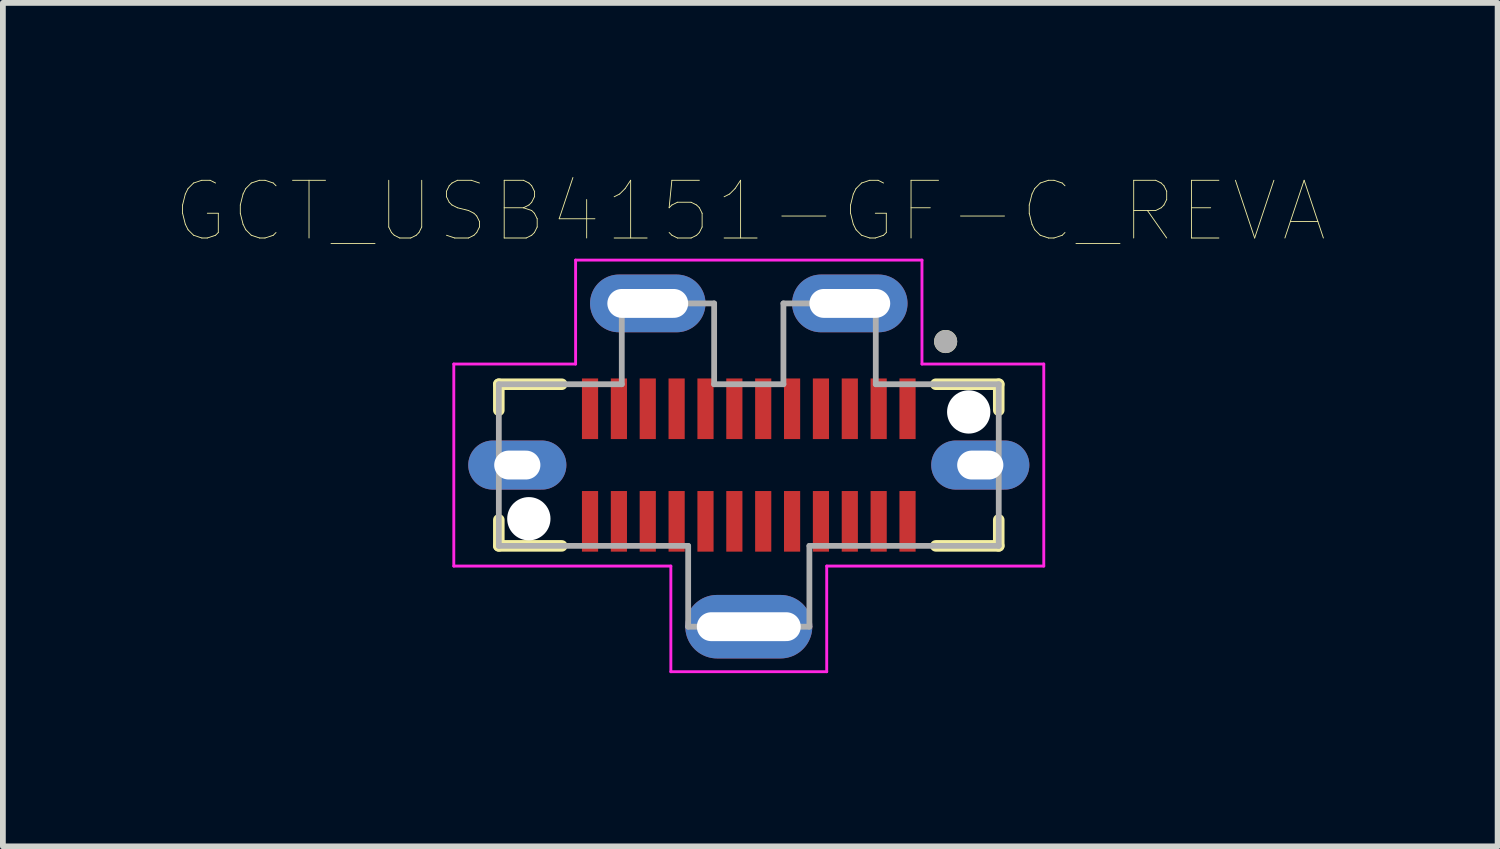
<source format=kicad_pcb>
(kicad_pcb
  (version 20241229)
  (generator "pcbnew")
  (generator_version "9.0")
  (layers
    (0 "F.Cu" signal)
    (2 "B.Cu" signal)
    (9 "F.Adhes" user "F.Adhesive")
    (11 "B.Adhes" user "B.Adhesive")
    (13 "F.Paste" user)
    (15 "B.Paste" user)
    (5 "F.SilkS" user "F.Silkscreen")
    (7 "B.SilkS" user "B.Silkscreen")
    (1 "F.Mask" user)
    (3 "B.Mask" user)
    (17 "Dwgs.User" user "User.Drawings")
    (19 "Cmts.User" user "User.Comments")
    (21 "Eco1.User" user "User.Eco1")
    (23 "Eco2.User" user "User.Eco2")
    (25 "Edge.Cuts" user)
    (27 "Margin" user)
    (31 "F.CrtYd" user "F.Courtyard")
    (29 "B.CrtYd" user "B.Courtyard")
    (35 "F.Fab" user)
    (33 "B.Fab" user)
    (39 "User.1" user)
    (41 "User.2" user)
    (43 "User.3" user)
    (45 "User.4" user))
  (footprint "GCT_USB4151-GF-C_REVA"
    (layer "F.Cu")
    (at 9.921 5.006)
    (property "Reference" "GCT_USB4151-GF-C_REVA" (at 0.025 -4.395 0) (layer "F.SilkS") (effects (font (size 1 1) (thickness 0.015))))
    (attr through_hole)
    (fp_line (start -4.33 -1.4) (end -4.33 -0.95) (stroke (width 0.2) (type solid)) (layer "F.SilkS"))
    (fp_line (start -4.33 0.95) (end -4.33 1.4) (stroke (width 0.2) (type solid)) (layer "F.SilkS"))
    (fp_line (start -4.33 1.4) (end -3.24 1.4) (stroke (width 0.2) (type solid)) (layer "F.SilkS"))
    (fp_line (start -3.24 -1.4) (end -4.33 -1.4) (stroke (width 0.2) (type solid)) (layer "F.SilkS"))
    (fp_line (start 3.24 1.4) (end 4.33 1.4) (stroke (width 0.2) (type solid)) (layer "F.SilkS"))
    (fp_line (start 4.33 -1.4) (end 3.24 -1.4) (stroke (width 0.2) (type solid)) (layer "F.SilkS"))
    (fp_line (start 4.33 -0.95) (end 4.33 -1.4) (stroke (width 0.2) (type solid)) (layer "F.SilkS"))
    (fp_line (start 4.33 1.4) (end 4.33 0.95) (stroke (width 0.2) (type solid)) (layer "F.SilkS"))
    (fp_circle (center 3.41 -2.14) (end 3.51 -2.14) (stroke (width 0.2) (type solid)) (fill no) (layer "F.SilkS"))
    (fp_line (start -5.11 -1.75) (end -5.11 1.75) (stroke (width 0.05) (type solid)) (layer "F.CrtYd"))
    (fp_line (start -5.11 1.75) (end -1.35 1.75) (stroke (width 0.05) (type solid)) (layer "F.CrtYd"))
    (fp_line (start -3 -3.55) (end -3 -1.75) (stroke (width 0.05) (type solid)) (layer "F.CrtYd"))
    (fp_line (start -3 -1.75) (end -5.11 -1.75) (stroke (width 0.05) (type solid)) (layer "F.CrtYd"))
    (fp_line (start -1.35 1.75) (end -1.35 3.58) (stroke (width 0.05) (type solid)) (layer "F.CrtYd"))
    (fp_line (start -1.35 3.58) (end 1.35 3.58) (stroke (width 0.05) (type solid)) (layer "F.CrtYd"))
    (fp_line (start 1.35 1.75) (end 5.11 1.75) (stroke (width 0.05) (type solid)) (layer "F.CrtYd"))
    (fp_line (start 1.35 3.58) (end 1.35 1.75) (stroke (width 0.05) (type solid)) (layer "F.CrtYd"))
    (fp_line (start 3 -3.55) (end -3 -3.55) (stroke (width 0.05) (type solid)) (layer "F.CrtYd"))
    (fp_line (start 3 -1.75) (end 3 -3.55) (stroke (width 0.05) (type solid)) (layer "F.CrtYd"))
    (fp_line (start 5.11 -1.75) (end 3 -1.75) (stroke (width 0.05) (type solid)) (layer "F.CrtYd"))
    (fp_line (start 5.11 1.75) (end 5.11 -1.75) (stroke (width 0.05) (type solid)) (layer "F.CrtYd"))
    (fp_line (start -4.33 -1.4) (end -4.33 1.4) (stroke (width 0.1) (type solid)) (layer "F.Fab"))
    (fp_line (start -4.33 1.4) (end -1.05 1.4) (stroke (width 0.1) (type solid)) (layer "F.Fab"))
    (fp_line (start -2.2 -2.8) (end -2.2 -1.4) (stroke (width 0.1) (type solid)) (layer "F.Fab"))
    (fp_line (start -2.2 -1.4) (end -4.33 -1.4) (stroke (width 0.1) (type solid)) (layer "F.Fab"))
    (fp_line (start -1.05 1.4) (end -1.05 2.8) (stroke (width 0.1) (type solid)) (layer "F.Fab"))
    (fp_line (start -1.05 2.8) (end 1.05 2.8) (stroke (width 0.1) (type solid)) (layer "F.Fab"))
    (fp_line (start -0.6 -2.8) (end -2.2 -2.8) (stroke (width 0.1) (type solid)) (layer "F.Fab"))
    (fp_line (start -0.6 -1.4) (end -0.6 -2.8) (stroke (width 0.1) (type solid)) (layer "F.Fab"))
    (fp_line (start 0.6 -2.8) (end 0.6 -1.4) (stroke (width 0.1) (type solid)) (layer "F.Fab"))
    (fp_line (start 0.6 -1.4) (end -0.6 -1.4) (stroke (width 0.1) (type solid)) (layer "F.Fab"))
    (fp_line (start 1.05 1.4) (end 4.33 1.4) (stroke (width 0.1) (type solid)) (layer "F.Fab"))
    (fp_line (start 1.05 2.8) (end 1.05 1.4) (stroke (width 0.1) (type solid)) (layer "F.Fab"))
    (fp_line (start 2.2 -2.8) (end 0.6 -2.8) (stroke (width 0.1) (type solid)) (layer "F.Fab"))
    (fp_line (start 2.2 -1.4) (end 2.2 -2.8) (stroke (width 0.1) (type solid)) (layer "F.Fab"))
    (fp_line (start 4.33 -1.4) (end 2.2 -1.4) (stroke (width 0.1) (type solid)) (layer "F.Fab"))
    (fp_line (start 4.33 1.4) (end 4.33 -1.4) (stroke (width 0.1) (type solid)) (layer "F.Fab"))
    (fp_circle (center 3.41 -2.14) (end 3.51 -2.14) (stroke (width 0.2) (type solid)) (fill no) (layer "F.Fab"))
    (pad "" np_thru_hole circle (at -3.81 0.93) (size 0.75 0.75) (drill 0.75) (layers "*.Cu" "*.Mask"))
    (pad "" np_thru_hole circle (at 3.81 -0.92) (size 0.75 0.75) (drill 0.75) (layers "*.Cu" "*.Mask"))
    (pad "A1" smd rect (at 2.75 -0.975) (size 0.28 1.05) (layers "F.Cu" "F.Mask" "F.Paste"))
    (pad "A2" smd rect (at 2.25 -0.975) (size 0.28 1.05) (layers "F.Cu" "F.Mask" "F.Paste"))
    (pad "A3" smd rect (at 1.75 -0.975) (size 0.28 1.05) (layers "F.Cu" "F.Mask" "F.Paste"))
    (pad "A4" smd rect (at 1.25 -0.975) (size 0.28 1.05) (layers "F.Cu" "F.Mask" "F.Paste"))
    (pad "A5" smd rect (at 0.75 -0.975) (size 0.28 1.05) (layers "F.Cu" "F.Mask" "F.Paste"))
    (pad "A6" smd rect (at 0.25 -0.975) (size 0.28 1.05) (layers "F.Cu" "F.Mask" "F.Paste"))
    (pad "A7" smd rect (at -0.25 -0.975) (size 0.28 1.05) (layers "F.Cu" "F.Mask" "F.Paste"))
    (pad "A8" smd rect (at -0.75 -0.975) (size 0.28 1.05) (layers "F.Cu" "F.Mask" "F.Paste"))
    (pad "A9" smd rect (at -1.25 -0.975) (size 0.28 1.05) (layers "F.Cu" "F.Mask" "F.Paste"))
    (pad "A10" smd rect (at -1.75 -0.975) (size 0.28 1.05) (layers "F.Cu" "F.Mask" "F.Paste"))
    (pad "A11" smd rect (at -2.25 -0.975) (size 0.28 1.05) (layers "F.Cu" "F.Mask" "F.Paste"))
    (pad "A12" smd rect (at -2.75 -0.975) (size 0.28 1.05) (layers "F.Cu" "F.Mask" "F.Paste"))
    (pad "B1" smd rect (at -2.75 0.975) (size 0.28 1.05) (layers "F.Cu" "F.Mask" "F.Paste"))
    (pad "B2" smd rect (at -2.25 0.975) (size 0.28 1.05) (layers "F.Cu" "F.Mask" "F.Paste"))
    (pad "B3" smd rect (at -1.75 0.975) (size 0.28 1.05) (layers "F.Cu" "F.Mask" "F.Paste"))
    (pad "B4" smd rect (at -1.25 0.975) (size 0.28 1.05) (layers "F.Cu" "F.Mask" "F.Paste"))
    (pad "B5" smd rect (at -0.75 0.975) (size 0.28 1.05) (layers "F.Cu" "F.Mask" "F.Paste"))
    (pad "B6" smd rect (at -0.25 0.975) (size 0.28 1.05) (layers "F.Cu" "F.Mask" "F.Paste"))
    (pad "B7" smd rect (at 0.25 0.975) (size 0.28 1.05) (layers "F.Cu" "F.Mask" "F.Paste"))
    (pad "B8" smd rect (at 0.75 0.975) (size 0.28 1.05) (layers "F.Cu" "F.Mask" "F.Paste"))
    (pad "B9" smd rect (at 1.25 0.975) (size 0.28 1.05) (layers "F.Cu" "F.Mask" "F.Paste"))
    (pad "B10" smd rect (at 1.75 0.975) (size 0.28 1.05) (layers "F.Cu" "F.Mask" "F.Paste"))
    (pad "B11" smd rect (at 2.25 0.975) (size 0.28 1.05) (layers "F.Cu" "F.Mask" "F.Paste"))
    (pad "B12" smd rect (at 2.75 0.975) (size 0.28 1.05) (layers "F.Cu" "F.Mask" "F.Paste"))
    (pad "S1" thru_hole oval (at -4.01 0) (size 1.7 0.85) (drill oval 0.8 0.5) (layers "*.Cu" "*.Mask"))
    (pad "S2" thru_hole oval (at -1.75 -2.8) (size 2 1) (drill oval 1.4 0.5) (layers "*.Cu" "*.Mask"))
    (pad "S3" thru_hole oval (at 1.75 -2.8) (size 2 1) (drill oval 1.4 0.5) (layers "*.Cu" "*.Mask"))
    (pad "S4" thru_hole oval (at 4.01 0) (size 1.7 0.85) (drill oval 0.8 0.5) (layers "*.Cu" "*.Mask"))
    (pad "S5" thru_hole oval (at 0 2.8) (size 2.2 1.1) (drill oval 1.8 0.5) (layers "*.Cu" "*.Mask")))
  (gr_rect
    (start -3 -3)
    (end 22.893 11.611)
    (stroke (width 0.1) (type default))
    (fill no)
    (layer "Edge.Cuts")))
</source>
